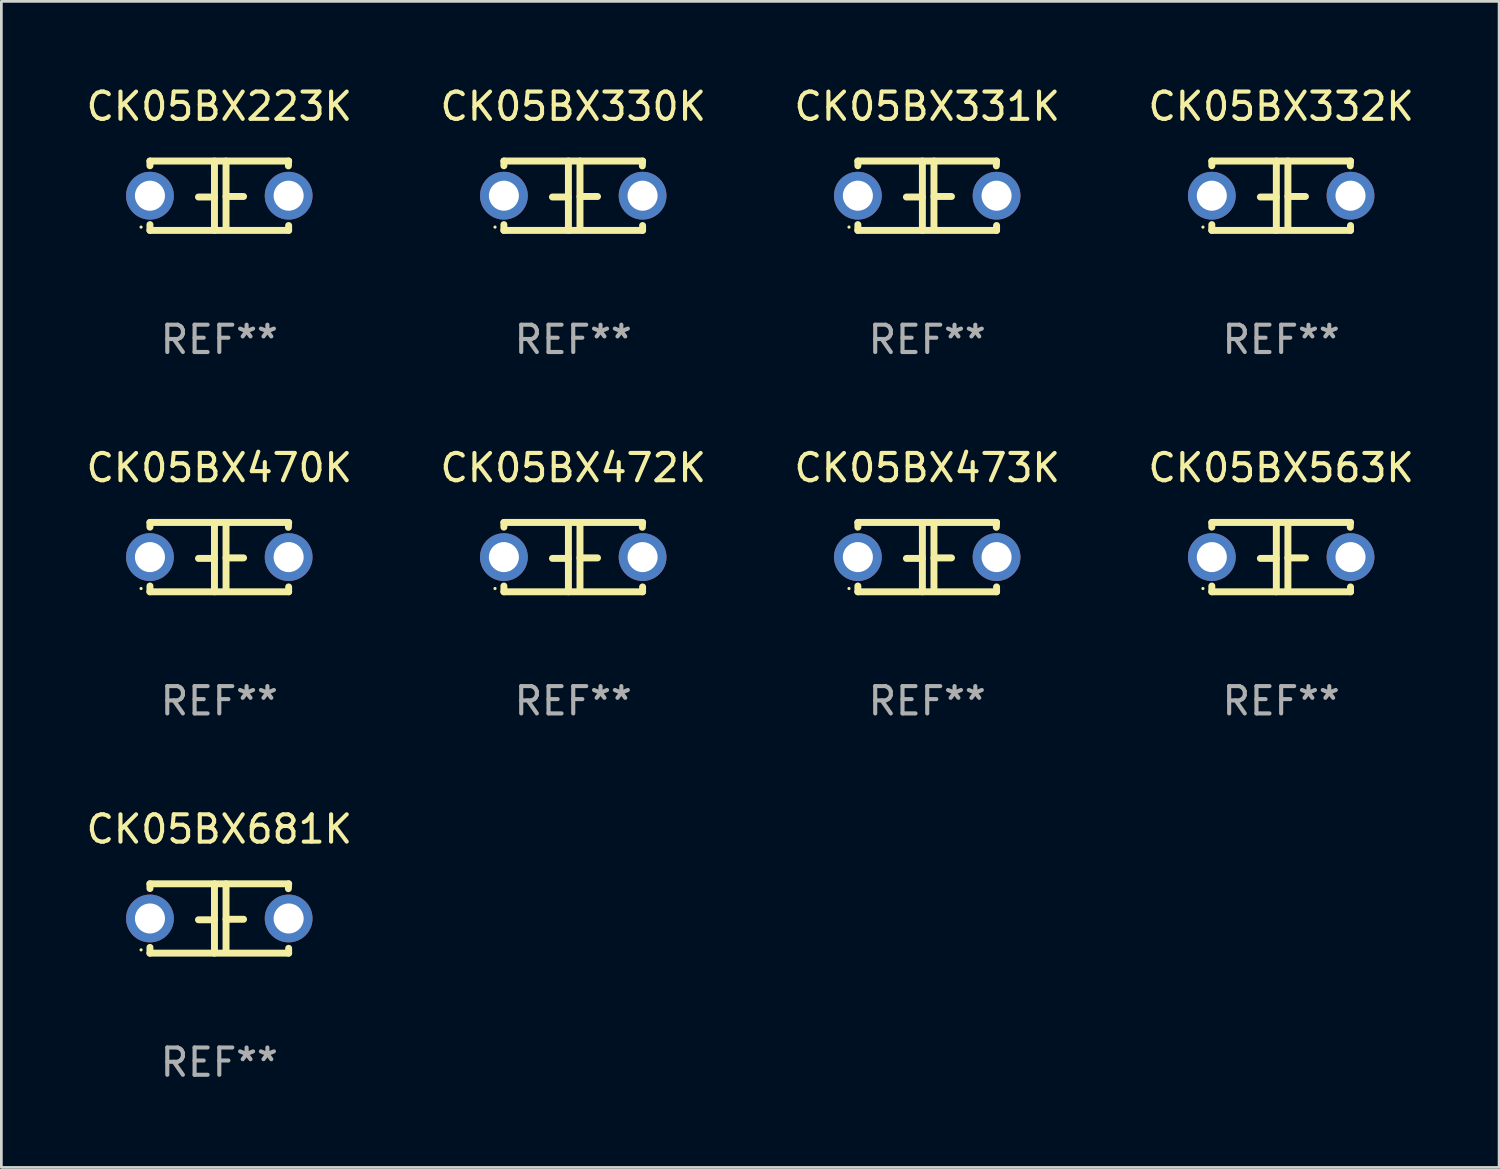
<source format=kicad_pcb>
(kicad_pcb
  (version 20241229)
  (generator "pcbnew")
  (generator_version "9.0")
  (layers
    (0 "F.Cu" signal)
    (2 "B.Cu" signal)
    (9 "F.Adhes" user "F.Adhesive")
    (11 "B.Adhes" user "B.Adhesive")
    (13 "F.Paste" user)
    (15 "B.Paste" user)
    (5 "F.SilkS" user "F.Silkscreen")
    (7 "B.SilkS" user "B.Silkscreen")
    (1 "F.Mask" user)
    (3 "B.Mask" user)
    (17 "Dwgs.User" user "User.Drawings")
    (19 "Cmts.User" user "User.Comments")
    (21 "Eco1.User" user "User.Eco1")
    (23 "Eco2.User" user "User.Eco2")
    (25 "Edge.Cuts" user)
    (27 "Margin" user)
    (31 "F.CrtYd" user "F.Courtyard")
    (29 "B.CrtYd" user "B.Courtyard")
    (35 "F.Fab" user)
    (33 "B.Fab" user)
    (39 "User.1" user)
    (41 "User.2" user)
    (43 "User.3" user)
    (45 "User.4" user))
  (footprint "CK05BX681K"
    (layer "F.Cu")
    (at 4.982 30.591)
    (property "Reference" "CK05BX681K" (at 0 -3.27 0) (layer "F.SilkS") (effects (font (size 1 1) (thickness 0.15))))
    (attr through_hole)
    (fp_line (start -2.54 -1.27) (end 2.54 -1.27) (stroke (width 0.254) (type solid)) (layer "F.SilkS"))
    (fp_line (start -2.54 -1.097) (end -2.54 -1.27) (stroke (width 0.254) (type solid)) (layer "F.SilkS"))
    (fp_line (start -2.54 1.27) (end -2.54 1.059) (stroke (width 0.254) (type solid)) (layer "F.SilkS"))
    (fp_line (start -0.177 -1.27) (end -0.177 1.27) (stroke (width 0.254) (type solid)) (layer "F.SilkS"))
    (fp_line (start -0.177 0.048) (end -0.762 0.048) (stroke (width 0.254) (type solid)) (layer "F.SilkS"))
    (fp_line (start 0.247 -1.27) (end 0.247 1.143) (stroke (width 0.254) (type solid)) (layer "F.SilkS"))
    (fp_line (start 0.247 0.029) (end 0.889 0.029) (stroke (width 0.254) (type solid)) (layer "F.SilkS"))
    (fp_line (start 2.54 -1.27) (end 2.531 -1.092) (stroke (width 0.254) (type solid)) (layer "F.SilkS"))
    (fp_line (start 2.54 1.092) (end 2.54 1.27) (stroke (width 0.254) (type solid)) (layer "F.SilkS"))
    (fp_line (start 2.54 1.27) (end -2.54 1.27) (stroke (width 0.254) (type solid)) (layer "F.SilkS"))
    (fp_circle (center -2.865 1.15) (end -2.835 1.15) (stroke (width 0.06) (type solid)) (fill no) (layer "F.SilkS"))
    (fp_text user "REF**" (at 0 5.27 0) (layer "F.Fab") (effects (font (size 1 1) (thickness 0.15))))
    (pad "1" thru_hole circle (at -2.54 0) (size 1.75 1.75) (drill 1.1) (layers "*.Cu" "*.Mask"))
    (pad "2" thru_hole circle (at 2.54 0) (size 1.75 1.75) (drill 1.1) (layers "*.Cu" "*.Mask")))
  (footprint "CK05BX470K"
    (layer "F.Cu")
    (at 4.982 17.355)
    (property "Reference" "CK05BX470K" (at 0 -3.27 0) (layer "F.SilkS") (effects (font (size 1 1) (thickness 0.15))))
    (attr through_hole)
    (fp_line (start -2.54 -1.27) (end 2.54 -1.27) (stroke (width 0.254) (type solid)) (layer "F.SilkS"))
    (fp_line (start -2.54 -1.097) (end -2.54 -1.27) (stroke (width 0.254) (type solid)) (layer "F.SilkS"))
    (fp_line (start -2.54 1.27) (end -2.54 1.059) (stroke (width 0.254) (type solid)) (layer "F.SilkS"))
    (fp_line (start -0.177 -1.27) (end -0.177 1.27) (stroke (width 0.254) (type solid)) (layer "F.SilkS"))
    (fp_line (start -0.177 0.048) (end -0.762 0.048) (stroke (width 0.254) (type solid)) (layer "F.SilkS"))
    (fp_line (start 0.247 -1.27) (end 0.247 1.143) (stroke (width 0.254) (type solid)) (layer "F.SilkS"))
    (fp_line (start 0.247 0.029) (end 0.889 0.029) (stroke (width 0.254) (type solid)) (layer "F.SilkS"))
    (fp_line (start 2.54 -1.27) (end 2.531 -1.092) (stroke (width 0.254) (type solid)) (layer "F.SilkS"))
    (fp_line (start 2.54 1.092) (end 2.54 1.27) (stroke (width 0.254) (type solid)) (layer "F.SilkS"))
    (fp_line (start 2.54 1.27) (end -2.54 1.27) (stroke (width 0.254) (type solid)) (layer "F.SilkS"))
    (fp_circle (center -2.865 1.15) (end -2.835 1.15) (stroke (width 0.06) (type solid)) (fill no) (layer "F.SilkS"))
    (fp_text user "REF**" (at 0 5.27 0) (layer "F.Fab") (effects (font (size 1 1) (thickness 0.15))))
    (pad "1" thru_hole circle (at -2.54 0) (size 1.75 1.75) (drill 1.1) (layers "*.Cu" "*.Mask"))
    (pad "2" thru_hole circle (at 2.54 0) (size 1.75 1.75) (drill 1.1) (layers "*.Cu" "*.Mask")))
  (footprint "CK05BX223K"
    (layer "F.Cu")
    (at 4.982 4.118)
    (property "Reference" "CK05BX223K" (at 0 -3.27 0) (layer "F.SilkS") (effects (font (size 1 1) (thickness 0.15))))
    (attr through_hole)
    (fp_line (start -2.54 -1.27) (end 2.54 -1.27) (stroke (width 0.254) (type solid)) (layer "F.SilkS"))
    (fp_line (start -2.54 -1.097) (end -2.54 -1.27) (stroke (width 0.254) (type solid)) (layer "F.SilkS"))
    (fp_line (start -2.54 1.27) (end -2.54 1.059) (stroke (width 0.254) (type solid)) (layer "F.SilkS"))
    (fp_line (start -0.177 -1.27) (end -0.177 1.27) (stroke (width 0.254) (type solid)) (layer "F.SilkS"))
    (fp_line (start -0.177 0.048) (end -0.762 0.048) (stroke (width 0.254) (type solid)) (layer "F.SilkS"))
    (fp_line (start 0.247 -1.27) (end 0.247 1.143) (stroke (width 0.254) (type solid)) (layer "F.SilkS"))
    (fp_line (start 0.247 0.029) (end 0.889 0.029) (stroke (width 0.254) (type solid)) (layer "F.SilkS"))
    (fp_line (start 2.54 -1.27) (end 2.531 -1.092) (stroke (width 0.254) (type solid)) (layer "F.SilkS"))
    (fp_line (start 2.54 1.092) (end 2.54 1.27) (stroke (width 0.254) (type solid)) (layer "F.SilkS"))
    (fp_line (start 2.54 1.27) (end -2.54 1.27) (stroke (width 0.254) (type solid)) (layer "F.SilkS"))
    (fp_circle (center -2.865 1.15) (end -2.835 1.15) (stroke (width 0.06) (type solid)) (fill no) (layer "F.SilkS"))
    (fp_text user "REF**" (at 0 5.27 0) (layer "F.Fab") (effects (font (size 1 1) (thickness 0.15))))
    (pad "1" thru_hole circle (at -2.54 0) (size 1.75 1.75) (drill 1.1) (layers "*.Cu" "*.Mask"))
    (pad "2" thru_hole circle (at 2.54 0) (size 1.75 1.75) (drill 1.1) (layers "*.Cu" "*.Mask")))
  (footprint "CK05BX330K"
    (layer "F.Cu")
    (at 17.946 4.118)
    (property "Reference" "CK05BX330K" (at 0 -3.27 0) (layer "F.SilkS") (effects (font (size 1 1) (thickness 0.15))))
    (attr through_hole)
    (fp_line (start -2.54 -1.27) (end 2.54 -1.27) (stroke (width 0.254) (type solid)) (layer "F.SilkS"))
    (fp_line (start -2.54 -1.097) (end -2.54 -1.27) (stroke (width 0.254) (type solid)) (layer "F.SilkS"))
    (fp_line (start -2.54 1.27) (end -2.54 1.059) (stroke (width 0.254) (type solid)) (layer "F.SilkS"))
    (fp_line (start -0.177 -1.27) (end -0.177 1.27) (stroke (width 0.254) (type solid)) (layer "F.SilkS"))
    (fp_line (start -0.177 0.048) (end -0.762 0.048) (stroke (width 0.254) (type solid)) (layer "F.SilkS"))
    (fp_line (start 0.247 -1.27) (end 0.247 1.143) (stroke (width 0.254) (type solid)) (layer "F.SilkS"))
    (fp_line (start 0.247 0.029) (end 0.889 0.029) (stroke (width 0.254) (type solid)) (layer "F.SilkS"))
    (fp_line (start 2.54 -1.27) (end 2.531 -1.092) (stroke (width 0.254) (type solid)) (layer "F.SilkS"))
    (fp_line (start 2.54 1.092) (end 2.54 1.27) (stroke (width 0.254) (type solid)) (layer "F.SilkS"))
    (fp_line (start 2.54 1.27) (end -2.54 1.27) (stroke (width 0.254) (type solid)) (layer "F.SilkS"))
    (fp_circle (center -2.865 1.15) (end -2.835 1.15) (stroke (width 0.06) (type solid)) (fill no) (layer "F.SilkS"))
    (fp_text user "REF**" (at 0 5.27 0) (layer "F.Fab") (effects (font (size 1 1) (thickness 0.15))))
    (pad "1" thru_hole circle (at -2.54 0) (size 1.75 1.75) (drill 1.1) (layers "*.Cu" "*.Mask"))
    (pad "2" thru_hole circle (at 2.54 0) (size 1.75 1.75) (drill 1.1) (layers "*.Cu" "*.Mask")))
  (footprint "CK05BX331K"
    (layer "F.Cu")
    (at 30.911 4.118)
    (property "Reference" "CK05BX331K" (at 0 -3.27 0) (layer "F.SilkS") (effects (font (size 1 1) (thickness 0.15))))
    (attr through_hole)
    (fp_line (start -2.54 -1.27) (end 2.54 -1.27) (stroke (width 0.254) (type solid)) (layer "F.SilkS"))
    (fp_line (start -2.54 -1.097) (end -2.54 -1.27) (stroke (width 0.254) (type solid)) (layer "F.SilkS"))
    (fp_line (start -2.54 1.27) (end -2.54 1.059) (stroke (width 0.254) (type solid)) (layer "F.SilkS"))
    (fp_line (start -0.177 -1.27) (end -0.177 1.27) (stroke (width 0.254) (type solid)) (layer "F.SilkS"))
    (fp_line (start -0.177 0.048) (end -0.762 0.048) (stroke (width 0.254) (type solid)) (layer "F.SilkS"))
    (fp_line (start 0.247 -1.27) (end 0.247 1.143) (stroke (width 0.254) (type solid)) (layer "F.SilkS"))
    (fp_line (start 0.247 0.029) (end 0.889 0.029) (stroke (width 0.254) (type solid)) (layer "F.SilkS"))
    (fp_line (start 2.54 -1.27) (end 2.531 -1.092) (stroke (width 0.254) (type solid)) (layer "F.SilkS"))
    (fp_line (start 2.54 1.092) (end 2.54 1.27) (stroke (width 0.254) (type solid)) (layer "F.SilkS"))
    (fp_line (start 2.54 1.27) (end -2.54 1.27) (stroke (width 0.254) (type solid)) (layer "F.SilkS"))
    (fp_circle (center -2.865 1.15) (end -2.835 1.15) (stroke (width 0.06) (type solid)) (fill no) (layer "F.SilkS"))
    (fp_text user "REF**" (at 0 5.27 0) (layer "F.Fab") (effects (font (size 1 1) (thickness 0.15))))
    (pad "1" thru_hole circle (at -2.54 0) (size 1.75 1.75) (drill 1.1) (layers "*.Cu" "*.Mask"))
    (pad "2" thru_hole circle (at 2.54 0) (size 1.75 1.75) (drill 1.1) (layers "*.Cu" "*.Mask")))
  (footprint "CK05BX332K"
    (layer "F.Cu")
    (at 43.875 4.118)
    (property "Reference" "CK05BX332K" (at 0 -3.27 0) (layer "F.SilkS") (effects (font (size 1 1) (thickness 0.15))))
    (attr through_hole)
    (fp_line (start -2.54 -1.27) (end 2.54 -1.27) (stroke (width 0.254) (type solid)) (layer "F.SilkS"))
    (fp_line (start -2.54 -1.097) (end -2.54 -1.27) (stroke (width 0.254) (type solid)) (layer "F.SilkS"))
    (fp_line (start -2.54 1.27) (end -2.54 1.059) (stroke (width 0.254) (type solid)) (layer "F.SilkS"))
    (fp_line (start -0.177 -1.27) (end -0.177 1.27) (stroke (width 0.254) (type solid)) (layer "F.SilkS"))
    (fp_line (start -0.177 0.048) (end -0.762 0.048) (stroke (width 0.254) (type solid)) (layer "F.SilkS"))
    (fp_line (start 0.247 -1.27) (end 0.247 1.143) (stroke (width 0.254) (type solid)) (layer "F.SilkS"))
    (fp_line (start 0.247 0.029) (end 0.889 0.029) (stroke (width 0.254) (type solid)) (layer "F.SilkS"))
    (fp_line (start 2.54 -1.27) (end 2.531 -1.092) (stroke (width 0.254) (type solid)) (layer "F.SilkS"))
    (fp_line (start 2.54 1.092) (end 2.54 1.27) (stroke (width 0.254) (type solid)) (layer "F.SilkS"))
    (fp_line (start 2.54 1.27) (end -2.54 1.27) (stroke (width 0.254) (type solid)) (layer "F.SilkS"))
    (fp_circle (center -2.865 1.15) (end -2.835 1.15) (stroke (width 0.06) (type solid)) (fill no) (layer "F.SilkS"))
    (fp_text user "REF**" (at 0 5.27 0) (layer "F.Fab") (effects (font (size 1 1) (thickness 0.15))))
    (pad "1" thru_hole circle (at -2.54 0) (size 1.75 1.75) (drill 1.1) (layers "*.Cu" "*.Mask"))
    (pad "2" thru_hole circle (at 2.54 0) (size 1.75 1.75) (drill 1.1) (layers "*.Cu" "*.Mask")))
  (footprint "CK05BX473K"
    (layer "F.Cu")
    (at 30.911 17.355)
    (property "Reference" "CK05BX473K" (at 0 -3.27 0) (layer "F.SilkS") (effects (font (size 1 1) (thickness 0.15))))
    (attr through_hole)
    (fp_line (start -2.54 -1.27) (end 2.54 -1.27) (stroke (width 0.254) (type solid)) (layer "F.SilkS"))
    (fp_line (start -2.54 -1.097) (end -2.54 -1.27) (stroke (width 0.254) (type solid)) (layer "F.SilkS"))
    (fp_line (start -2.54 1.27) (end -2.54 1.059) (stroke (width 0.254) (type solid)) (layer "F.SilkS"))
    (fp_line (start -0.177 -1.27) (end -0.177 1.27) (stroke (width 0.254) (type solid)) (layer "F.SilkS"))
    (fp_line (start -0.177 0.048) (end -0.762 0.048) (stroke (width 0.254) (type solid)) (layer "F.SilkS"))
    (fp_line (start 0.247 -1.27) (end 0.247 1.143) (stroke (width 0.254) (type solid)) (layer "F.SilkS"))
    (fp_line (start 0.247 0.029) (end 0.889 0.029) (stroke (width 0.254) (type solid)) (layer "F.SilkS"))
    (fp_line (start 2.54 -1.27) (end 2.531 -1.092) (stroke (width 0.254) (type solid)) (layer "F.SilkS"))
    (fp_line (start 2.54 1.092) (end 2.54 1.27) (stroke (width 0.254) (type solid)) (layer "F.SilkS"))
    (fp_line (start 2.54 1.27) (end -2.54 1.27) (stroke (width 0.254) (type solid)) (layer "F.SilkS"))
    (fp_circle (center -2.865 1.15) (end -2.835 1.15) (stroke (width 0.06) (type solid)) (fill no) (layer "F.SilkS"))
    (fp_text user "REF**" (at 0 5.27 0) (layer "F.Fab") (effects (font (size 1 1) (thickness 0.15))))
    (pad "1" thru_hole circle (at -2.54 0) (size 1.75 1.75) (drill 1.1) (layers "*.Cu" "*.Mask"))
    (pad "2" thru_hole circle (at 2.54 0) (size 1.75 1.75) (drill 1.1) (layers "*.Cu" "*.Mask")))
  (footprint "CK05BX563K"
    (layer "F.Cu")
    (at 43.875 17.355)
    (property "Reference" "CK05BX563K" (at 0 -3.27 0) (layer "F.SilkS") (effects (font (size 1 1) (thickness 0.15))))
    (attr through_hole)
    (fp_line (start -2.54 -1.27) (end 2.54 -1.27) (stroke (width 0.254) (type solid)) (layer "F.SilkS"))
    (fp_line (start -2.54 -1.097) (end -2.54 -1.27) (stroke (width 0.254) (type solid)) (layer "F.SilkS"))
    (fp_line (start -2.54 1.27) (end -2.54 1.059) (stroke (width 0.254) (type solid)) (layer "F.SilkS"))
    (fp_line (start -0.177 -1.27) (end -0.177 1.27) (stroke (width 0.254) (type solid)) (layer "F.SilkS"))
    (fp_line (start -0.177 0.048) (end -0.762 0.048) (stroke (width 0.254) (type solid)) (layer "F.SilkS"))
    (fp_line (start 0.247 -1.27) (end 0.247 1.143) (stroke (width 0.254) (type solid)) (layer "F.SilkS"))
    (fp_line (start 0.247 0.029) (end 0.889 0.029) (stroke (width 0.254) (type solid)) (layer "F.SilkS"))
    (fp_line (start 2.54 -1.27) (end 2.531 -1.092) (stroke (width 0.254) (type solid)) (layer "F.SilkS"))
    (fp_line (start 2.54 1.092) (end 2.54 1.27) (stroke (width 0.254) (type solid)) (layer "F.SilkS"))
    (fp_line (start 2.54 1.27) (end -2.54 1.27) (stroke (width 0.254) (type solid)) (layer "F.SilkS"))
    (fp_circle (center -2.865 1.15) (end -2.835 1.15) (stroke (width 0.06) (type solid)) (fill no) (layer "F.SilkS"))
    (fp_text user "REF**" (at 0 5.27 0) (layer "F.Fab") (effects (font (size 1 1) (thickness 0.15))))
    (pad "1" thru_hole circle (at -2.54 0) (size 1.75 1.75) (drill 1.1) (layers "*.Cu" "*.Mask"))
    (pad "2" thru_hole circle (at 2.54 0) (size 1.75 1.75) (drill 1.1) (layers "*.Cu" "*.Mask")))
  (footprint "CK05BX472K"
    (layer "F.Cu")
    (at 17.946 17.355)
    (property "Reference" "CK05BX472K" (at 0 -3.27 0) (layer "F.SilkS") (effects (font (size 1 1) (thickness 0.15))))
    (attr through_hole)
    (fp_line (start -2.54 -1.27) (end 2.54 -1.27) (stroke (width 0.254) (type solid)) (layer "F.SilkS"))
    (fp_line (start -2.54 -1.097) (end -2.54 -1.27) (stroke (width 0.254) (type solid)) (layer "F.SilkS"))
    (fp_line (start -2.54 1.27) (end -2.54 1.059) (stroke (width 0.254) (type solid)) (layer "F.SilkS"))
    (fp_line (start -0.177 -1.27) (end -0.177 1.27) (stroke (width 0.254) (type solid)) (layer "F.SilkS"))
    (fp_line (start -0.177 0.048) (end -0.762 0.048) (stroke (width 0.254) (type solid)) (layer "F.SilkS"))
    (fp_line (start 0.247 -1.27) (end 0.247 1.143) (stroke (width 0.254) (type solid)) (layer "F.SilkS"))
    (fp_line (start 0.247 0.029) (end 0.889 0.029) (stroke (width 0.254) (type solid)) (layer "F.SilkS"))
    (fp_line (start 2.54 -1.27) (end 2.531 -1.092) (stroke (width 0.254) (type solid)) (layer "F.SilkS"))
    (fp_line (start 2.54 1.092) (end 2.54 1.27) (stroke (width 0.254) (type solid)) (layer "F.SilkS"))
    (fp_line (start 2.54 1.27) (end -2.54 1.27) (stroke (width 0.254) (type solid)) (layer "F.SilkS"))
    (fp_circle (center -2.865 1.15) (end -2.835 1.15) (stroke (width 0.06) (type solid)) (fill no) (layer "F.SilkS"))
    (fp_text user "REF**" (at 0 5.27 0) (layer "F.Fab") (effects (font (size 1 1) (thickness 0.15))))
    (pad "1" thru_hole circle (at -2.54 0) (size 1.75 1.75) (drill 1.1) (layers "*.Cu" "*.Mask"))
    (pad "2" thru_hole circle (at 2.54 0) (size 1.75 1.75) (drill 1.1) (layers "*.Cu" "*.Mask")))
  (gr_rect
    (start -3 -3)
    (end 51.857 39.71)
    (stroke (width 0.1) (type default))
    (fill no)
    (layer "Edge.Cuts")))
</source>
